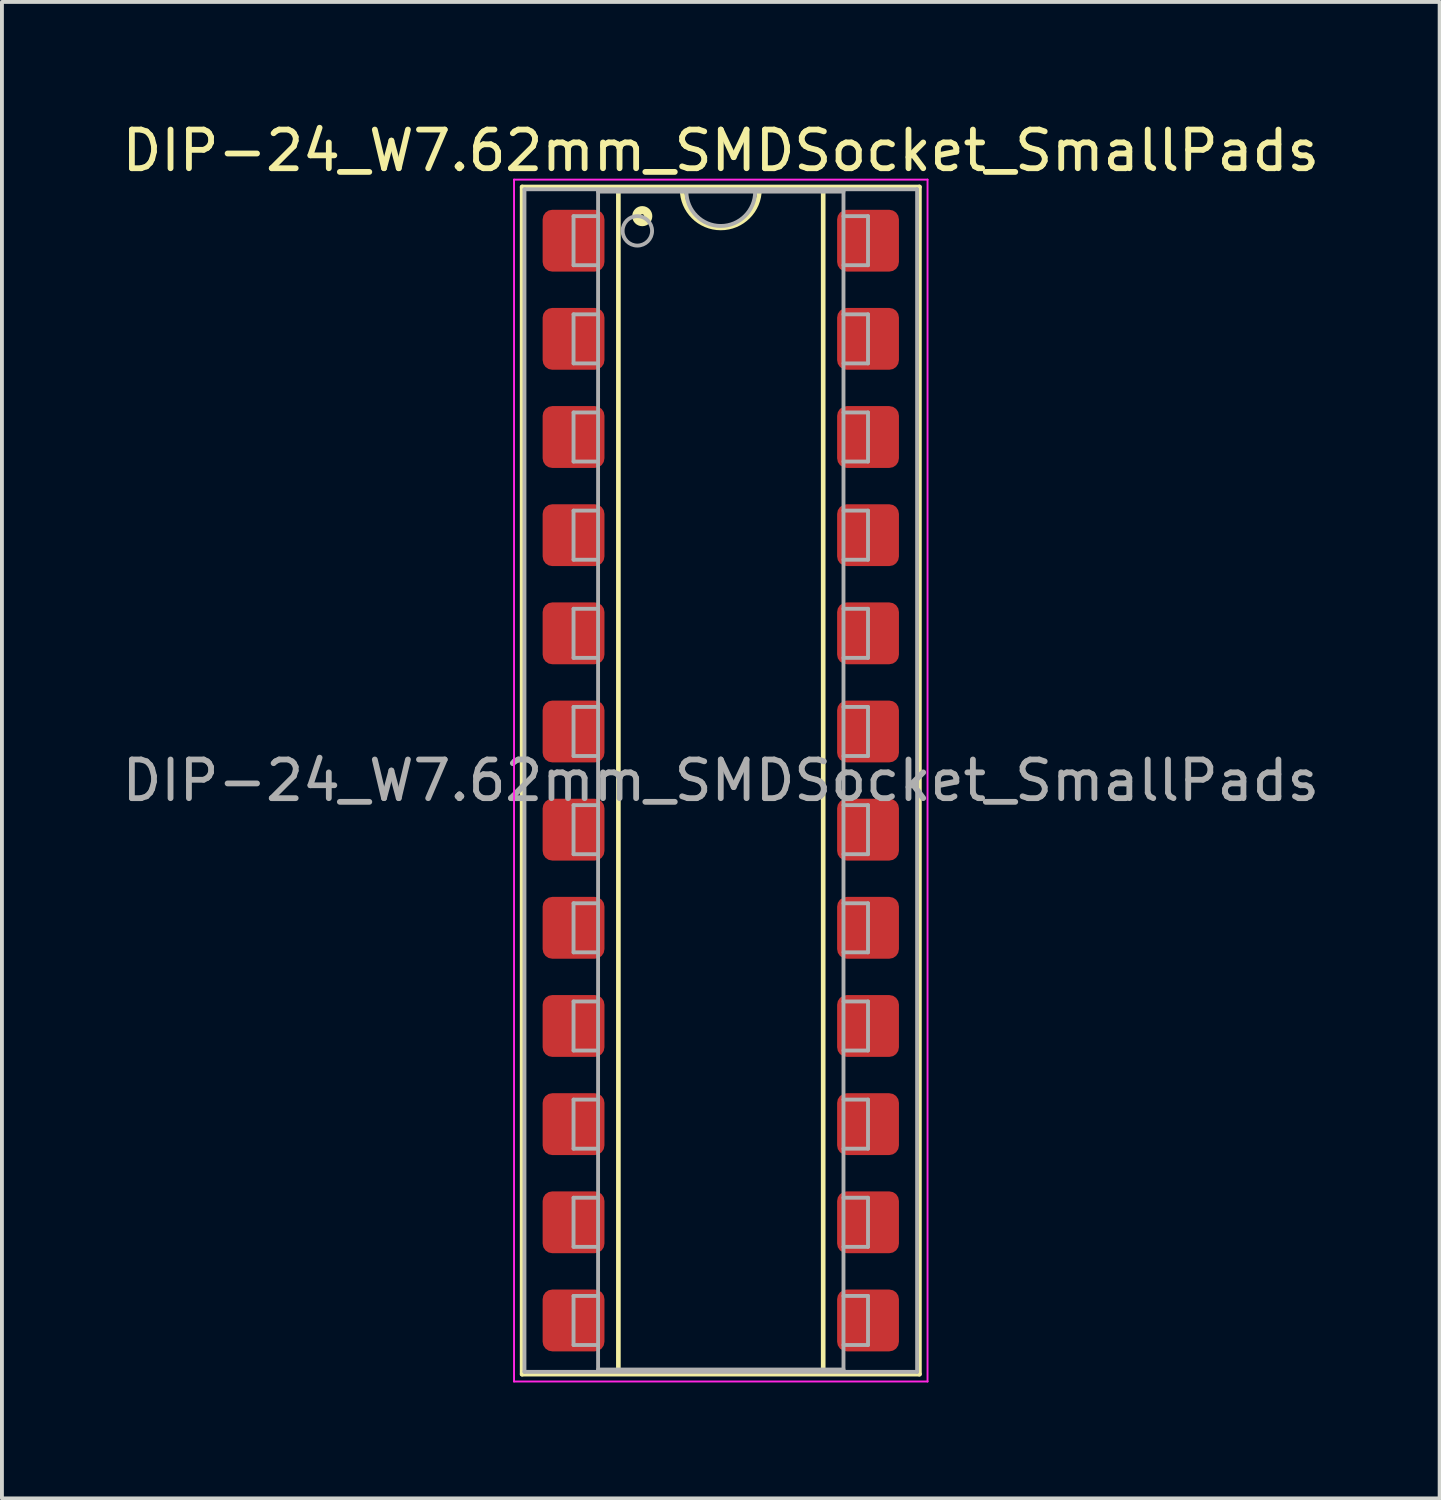
<source format=kicad_pcb>
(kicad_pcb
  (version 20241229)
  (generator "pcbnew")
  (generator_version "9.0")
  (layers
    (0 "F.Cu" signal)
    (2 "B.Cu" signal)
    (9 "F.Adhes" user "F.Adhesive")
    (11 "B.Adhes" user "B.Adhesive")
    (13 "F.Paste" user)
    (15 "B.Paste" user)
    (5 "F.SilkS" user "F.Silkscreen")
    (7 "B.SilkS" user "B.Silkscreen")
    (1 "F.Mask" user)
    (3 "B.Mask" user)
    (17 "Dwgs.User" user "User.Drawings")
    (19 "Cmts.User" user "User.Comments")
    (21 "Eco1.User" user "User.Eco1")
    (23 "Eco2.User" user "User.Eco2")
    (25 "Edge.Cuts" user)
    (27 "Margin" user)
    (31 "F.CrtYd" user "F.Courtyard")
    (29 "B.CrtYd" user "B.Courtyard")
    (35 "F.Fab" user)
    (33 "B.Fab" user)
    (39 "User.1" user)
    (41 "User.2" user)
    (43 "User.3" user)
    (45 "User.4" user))
  (footprint "DIP-24_W7.62mm_SMDSocket_SmallPads"
    (layer "F.Cu")
    (at 15.601 17.148)
    (property "Reference" "DIP-24_W7.62mm_SMDSocket_SmallPads" (at 0 -16.3 0) (layer "F.SilkS") (effects (font (size 1 1) (thickness 0.15))))
    (attr smd)
    (fp_line (start -5.14 -15.36) (end -5.14 15.36) (stroke (width 0.12) (type solid)) (layer "F.SilkS"))
    (fp_line (start -5.14 15.36) (end 5.14 15.36) (stroke (width 0.12) (type solid)) (layer "F.SilkS"))
    (fp_line (start -2.65 -15.3) (end -2.65 15.3) (stroke (width 0.12) (type solid)) (layer "F.SilkS"))
    (fp_line (start -2.65 15.3) (end 2.65 15.3) (stroke (width 0.12) (type solid)) (layer "F.SilkS"))
    (fp_line (start -1 -15.3) (end -2.65 -15.3) (stroke (width 0.12) (type solid)) (layer "F.SilkS"))
    (fp_line (start 2.65 -15.3) (end 1 -15.3) (stroke (width 0.12) (type solid)) (layer "F.SilkS"))
    (fp_line (start 2.65 15.3) (end 2.65 -15.3) (stroke (width 0.12) (type solid)) (layer "F.SilkS"))
    (fp_line (start 5.14 -15.36) (end -5.14 -15.36) (stroke (width 0.12) (type solid)) (layer "F.SilkS"))
    (fp_line (start 5.14 15.36) (end 5.14 -15.36) (stroke (width 0.12) (type solid)) (layer "F.SilkS"))
    (fp_arc (start 1 -15.3) (mid 0 -14.3) (end -1 -15.3) (stroke (width 0.12) (type solid)) (layer "F.SilkS"))
    (fp_circle (center -2.032 -14.605) (end -1.982 -14.605) (stroke (width 0.12) (type solid)) (fill no) (layer "F.SilkS"))
    (fp_circle (center -2.032 -14.605) (end -1.907 -14.605) (stroke (width 0.12) (type solid)) (fill no) (layer "F.SilkS"))
    (fp_circle (center -2.032 -14.605) (end -1.832 -14.605) (stroke (width 0.12) (type solid)) (fill no) (layer "F.SilkS"))
    (fp_line (start -5.35 -15.55) (end -5.35 15.55) (stroke (width 0.05) (type solid)) (layer "F.CrtYd"))
    (fp_line (start -5.35 15.55) (end 5.35 15.55) (stroke (width 0.05) (type solid)) (layer "F.CrtYd"))
    (fp_line (start 5.35 -15.55) (end -5.35 -15.55) (stroke (width 0.05) (type solid)) (layer "F.CrtYd"))
    (fp_line (start 5.35 15.55) (end 5.35 -15.55) (stroke (width 0.05) (type solid)) (layer "F.CrtYd"))
    (fp_line (start -5.08 -15.3) (end -5.08 15.3) (stroke (width 0.1) (type solid)) (layer "F.Fab"))
    (fp_line (start -5.08 15.3) (end 5.08 15.3) (stroke (width 0.1) (type solid)) (layer "F.Fab"))
    (fp_line (start -3.81 -14.605) (end -3.81 -13.335) (stroke (width 0.1) (type solid)) (layer "F.Fab"))
    (fp_line (start -3.81 -14.605) (end -3.175 -14.605) (stroke (width 0.1) (type solid)) (layer "F.Fab"))
    (fp_line (start -3.81 -13.335) (end -3.175 -13.335) (stroke (width 0.1) (type solid)) (layer "F.Fab"))
    (fp_line (start -3.81 -12.065) (end -3.81 -10.795) (stroke (width 0.1) (type solid)) (layer "F.Fab"))
    (fp_line (start -3.81 -12.065) (end -3.175 -12.065) (stroke (width 0.1) (type solid)) (layer "F.Fab"))
    (fp_line (start -3.81 -10.795) (end -3.175 -10.795) (stroke (width 0.1) (type solid)) (layer "F.Fab"))
    (fp_line (start -3.81 -9.525) (end -3.81 -8.255) (stroke (width 0.1) (type solid)) (layer "F.Fab"))
    (fp_line (start -3.81 -9.525) (end -3.175 -9.525) (stroke (width 0.1) (type solid)) (layer "F.Fab"))
    (fp_line (start -3.81 -8.255) (end -3.175 -8.255) (stroke (width 0.1) (type solid)) (layer "F.Fab"))
    (fp_line (start -3.81 -6.985) (end -3.81 -5.715) (stroke (width 0.1) (type solid)) (layer "F.Fab"))
    (fp_line (start -3.81 -6.985) (end -3.175 -6.985) (stroke (width 0.1) (type solid)) (layer "F.Fab"))
    (fp_line (start -3.81 -5.715) (end -3.175 -5.715) (stroke (width 0.1) (type solid)) (layer "F.Fab"))
    (fp_line (start -3.81 -4.445) (end -3.81 -3.175) (stroke (width 0.1) (type solid)) (layer "F.Fab"))
    (fp_line (start -3.81 -4.445) (end -3.175 -4.445) (stroke (width 0.1) (type solid)) (layer "F.Fab"))
    (fp_line (start -3.81 -3.175) (end -3.175 -3.175) (stroke (width 0.1) (type solid)) (layer "F.Fab"))
    (fp_line (start -3.81 -1.905) (end -3.81 -0.635) (stroke (width 0.1) (type solid)) (layer "F.Fab"))
    (fp_line (start -3.81 -1.905) (end -3.175 -1.905) (stroke (width 0.1) (type solid)) (layer "F.Fab"))
    (fp_line (start -3.81 -0.635) (end -3.175 -0.635) (stroke (width 0.1) (type solid)) (layer "F.Fab"))
    (fp_line (start -3.81 0.635) (end -3.81 1.905) (stroke (width 0.1) (type solid)) (layer "F.Fab"))
    (fp_line (start -3.81 0.635) (end -3.175 0.635) (stroke (width 0.1) (type solid)) (layer "F.Fab"))
    (fp_line (start -3.81 1.905) (end -3.175 1.905) (stroke (width 0.1) (type solid)) (layer "F.Fab"))
    (fp_line (start -3.81 3.175) (end -3.81 4.445) (stroke (width 0.1) (type solid)) (layer "F.Fab"))
    (fp_line (start -3.81 3.175) (end -3.175 3.175) (stroke (width 0.1) (type solid)) (layer "F.Fab"))
    (fp_line (start -3.81 4.445) (end -3.175 4.445) (stroke (width 0.1) (type solid)) (layer "F.Fab"))
    (fp_line (start -3.81 5.715) (end -3.81 6.985) (stroke (width 0.1) (type solid)) (layer "F.Fab"))
    (fp_line (start -3.81 5.715) (end -3.175 5.715) (stroke (width 0.1) (type solid)) (layer "F.Fab"))
    (fp_line (start -3.81 6.985) (end -3.175 6.985) (stroke (width 0.1) (type solid)) (layer "F.Fab"))
    (fp_line (start -3.81 8.255) (end -3.81 9.525) (stroke (width 0.1) (type solid)) (layer "F.Fab"))
    (fp_line (start -3.81 8.255) (end -3.175 8.255) (stroke (width 0.1) (type solid)) (layer "F.Fab"))
    (fp_line (start -3.81 9.525) (end -3.175 9.525) (stroke (width 0.1) (type solid)) (layer "F.Fab"))
    (fp_line (start -3.81 10.795) (end -3.81 12.065) (stroke (width 0.1) (type solid)) (layer "F.Fab"))
    (fp_line (start -3.81 10.795) (end -3.175 10.795) (stroke (width 0.1) (type solid)) (layer "F.Fab"))
    (fp_line (start -3.81 12.065) (end -3.175 12.065) (stroke (width 0.1) (type solid)) (layer "F.Fab"))
    (fp_line (start -3.81 13.335) (end -3.81 14.605) (stroke (width 0.1) (type solid)) (layer "F.Fab"))
    (fp_line (start -3.81 13.335) (end -3.175 13.335) (stroke (width 0.1) (type solid)) (layer "F.Fab"))
    (fp_line (start -3.81 14.605) (end -3.175 14.605) (stroke (width 0.1) (type solid)) (layer "F.Fab"))
    (fp_line (start -3.175 -15.24) (end 3.175 -15.24) (stroke (width 0.1) (type solid)) (layer "F.Fab"))
    (fp_line (start -3.175 15.24) (end -3.175 -15.24) (stroke (width 0.1) (type solid)) (layer "F.Fab"))
    (fp_line (start 3.175 -15.24) (end 3.175 15.24) (stroke (width 0.1) (type solid)) (layer "F.Fab"))
    (fp_line (start 3.175 15.24) (end -3.175 15.24) (stroke (width 0.1) (type solid)) (layer "F.Fab"))
    (fp_line (start 3.81 -14.605) (end 3.175 -14.605) (stroke (width 0.1) (type solid)) (layer "F.Fab"))
    (fp_line (start 3.81 -13.335) (end 3.175 -13.335) (stroke (width 0.1) (type solid)) (layer "F.Fab"))
    (fp_line (start 3.81 -13.335) (end 3.81 -14.605) (stroke (width 0.1) (type solid)) (layer "F.Fab"))
    (fp_line (start 3.81 -12.065) (end 3.175 -12.065) (stroke (width 0.1) (type solid)) (layer "F.Fab"))
    (fp_line (start 3.81 -10.795) (end 3.175 -10.795) (stroke (width 0.1) (type solid)) (layer "F.Fab"))
    (fp_line (start 3.81 -10.795) (end 3.81 -12.065) (stroke (width 0.1) (type solid)) (layer "F.Fab"))
    (fp_line (start 3.81 -9.525) (end 3.175 -9.525) (stroke (width 0.1) (type solid)) (layer "F.Fab"))
    (fp_line (start 3.81 -8.255) (end 3.175 -8.255) (stroke (width 0.1) (type solid)) (layer "F.Fab"))
    (fp_line (start 3.81 -8.255) (end 3.81 -9.525) (stroke (width 0.1) (type solid)) (layer "F.Fab"))
    (fp_line (start 3.81 -6.985) (end 3.175 -6.985) (stroke (width 0.1) (type solid)) (layer "F.Fab"))
    (fp_line (start 3.81 -5.715) (end 3.175 -5.715) (stroke (width 0.1) (type solid)) (layer "F.Fab"))
    (fp_line (start 3.81 -5.715) (end 3.81 -6.985) (stroke (width 0.1) (type solid)) (layer "F.Fab"))
    (fp_line (start 3.81 -4.445) (end 3.175 -4.445) (stroke (width 0.1) (type solid)) (layer "F.Fab"))
    (fp_line (start 3.81 -3.175) (end 3.175 -3.175) (stroke (width 0.1) (type solid)) (layer "F.Fab"))
    (fp_line (start 3.81 -3.175) (end 3.81 -4.445) (stroke (width 0.1) (type solid)) (layer "F.Fab"))
    (fp_line (start 3.81 -1.905) (end 3.175 -1.905) (stroke (width 0.1) (type solid)) (layer "F.Fab"))
    (fp_line (start 3.81 -0.635) (end 3.175 -0.635) (stroke (width 0.1) (type solid)) (layer "F.Fab"))
    (fp_line (start 3.81 -0.635) (end 3.81 -1.905) (stroke (width 0.1) (type solid)) (layer "F.Fab"))
    (fp_line (start 3.81 0.635) (end 3.175 0.635) (stroke (width 0.1) (type solid)) (layer "F.Fab"))
    (fp_line (start 3.81 1.905) (end 3.175 1.905) (stroke (width 0.1) (type solid)) (layer "F.Fab"))
    (fp_line (start 3.81 1.905) (end 3.81 0.635) (stroke (width 0.1) (type solid)) (layer "F.Fab"))
    (fp_line (start 3.81 3.175) (end 3.175 3.175) (stroke (width 0.1) (type solid)) (layer "F.Fab"))
    (fp_line (start 3.81 4.445) (end 3.175 4.445) (stroke (width 0.1) (type solid)) (layer "F.Fab"))
    (fp_line (start 3.81 4.445) (end 3.81 3.175) (stroke (width 0.1) (type solid)) (layer "F.Fab"))
    (fp_line (start 3.81 5.715) (end 3.175 5.715) (stroke (width 0.1) (type solid)) (layer "F.Fab"))
    (fp_line (start 3.81 6.985) (end 3.175 6.985) (stroke (width 0.1) (type solid)) (layer "F.Fab"))
    (fp_line (start 3.81 6.985) (end 3.81 5.715) (stroke (width 0.1) (type solid)) (layer "F.Fab"))
    (fp_line (start 3.81 8.255) (end 3.175 8.255) (stroke (width 0.1) (type solid)) (layer "F.Fab"))
    (fp_line (start 3.81 9.525) (end 3.175 9.525) (stroke (width 0.1) (type solid)) (layer "F.Fab"))
    (fp_line (start 3.81 9.525) (end 3.81 8.255) (stroke (width 0.1) (type solid)) (layer "F.Fab"))
    (fp_line (start 3.81 10.795) (end 3.175 10.795) (stroke (width 0.1) (type solid)) (layer "F.Fab"))
    (fp_line (start 3.81 12.065) (end 3.175 12.065) (stroke (width 0.1) (type solid)) (layer "F.Fab"))
    (fp_line (start 3.81 12.065) (end 3.81 10.795) (stroke (width 0.1) (type solid)) (layer "F.Fab"))
    (fp_line (start 3.81 13.335) (end 3.175 13.335) (stroke (width 0.1) (type solid)) (layer "F.Fab"))
    (fp_line (start 3.81 14.605) (end 3.175 14.605) (stroke (width 0.1) (type solid)) (layer "F.Fab"))
    (fp_line (start 3.81 14.605) (end 3.81 13.335) (stroke (width 0.1) (type solid)) (layer "F.Fab"))
    (fp_line (start 5.08 -15.3) (end -5.08 -15.3) (stroke (width 0.1) (type solid)) (layer "F.Fab"))
    (fp_line (start 5.08 15.3) (end 5.08 -15.3) (stroke (width 0.1) (type solid)) (layer "F.Fab"))
    (fp_arc (start 0.889 -15.24) (mid 0 -14.351) (end -0.889 -15.24) (stroke (width 0.1) (type solid)) (layer "F.Fab"))
    (fp_circle (center -2.159 -14.224) (end -1.778 -14.224) (stroke (width 0.1) (type solid)) (fill no) (layer "F.Fab"))
    (fp_text user "${REFERENCE}" (at 0 0 0) (layer "F.Fab") (effects (font (size 1 1) (thickness 0.15))))
    (pad "1" smd roundrect (at -3.81 -13.97) (size 1.6 1.6) (layers "F.Cu" "F.Mask" "F.Paste") (roundrect_rratio 0.156))
    (pad "2" smd roundrect (at -3.81 -11.43) (size 1.6 1.6) (layers "F.Cu" "F.Mask" "F.Paste") (roundrect_rratio 0.156))
    (pad "3" smd roundrect (at -3.81 -8.89) (size 1.6 1.6) (layers "F.Cu" "F.Mask" "F.Paste") (roundrect_rratio 0.156))
    (pad "4" smd roundrect (at -3.81 -6.35) (size 1.6 1.6) (layers "F.Cu" "F.Mask" "F.Paste") (roundrect_rratio 0.156))
    (pad "5" smd roundrect (at -3.81 -3.81) (size 1.6 1.6) (layers "F.Cu" "F.Mask" "F.Paste") (roundrect_rratio 0.156))
    (pad "6" smd roundrect (at -3.81 -1.27) (size 1.6 1.6) (layers "F.Cu" "F.Mask" "F.Paste") (roundrect_rratio 0.156))
    (pad "7" smd roundrect (at -3.81 1.27) (size 1.6 1.6) (layers "F.Cu" "F.Mask" "F.Paste") (roundrect_rratio 0.156))
    (pad "8" smd roundrect (at -3.81 3.81) (size 1.6 1.6) (layers "F.Cu" "F.Mask" "F.Paste") (roundrect_rratio 0.156))
    (pad "9" smd roundrect (at -3.81 6.35) (size 1.6 1.6) (layers "F.Cu" "F.Mask" "F.Paste") (roundrect_rratio 0.156))
    (pad "10" smd roundrect (at -3.81 8.89) (size 1.6 1.6) (layers "F.Cu" "F.Mask" "F.Paste") (roundrect_rratio 0.156))
    (pad "11" smd roundrect (at -3.81 11.43) (size 1.6 1.6) (layers "F.Cu" "F.Mask" "F.Paste") (roundrect_rratio 0.156))
    (pad "12" smd roundrect (at -3.81 13.97) (size 1.6 1.6) (layers "F.Cu" "F.Mask" "F.Paste") (roundrect_rratio 0.156))
    (pad "13" smd roundrect (at 3.81 13.97) (size 1.6 1.6) (layers "F.Cu" "F.Mask" "F.Paste") (roundrect_rratio 0.156))
    (pad "14" smd roundrect (at 3.81 11.43) (size 1.6 1.6) (layers "F.Cu" "F.Mask" "F.Paste") (roundrect_rratio 0.156))
    (pad "15" smd roundrect (at 3.81 8.89) (size 1.6 1.6) (layers "F.Cu" "F.Mask" "F.Paste") (roundrect_rratio 0.156))
    (pad "16" smd roundrect (at 3.81 6.35) (size 1.6 1.6) (layers "F.Cu" "F.Mask" "F.Paste") (roundrect_rratio 0.156))
    (pad "17" smd roundrect (at 3.81 3.81) (size 1.6 1.6) (layers "F.Cu" "F.Mask" "F.Paste") (roundrect_rratio 0.156))
    (pad "18" smd roundrect (at 3.81 1.27) (size 1.6 1.6) (layers "F.Cu" "F.Mask" "F.Paste") (roundrect_rratio 0.156))
    (pad "19" smd roundrect (at 3.81 -1.27) (size 1.6 1.6) (layers "F.Cu" "F.Mask" "F.Paste") (roundrect_rratio 0.156))
    (pad "20" smd roundrect (at 3.81 -3.81) (size 1.6 1.6) (layers "F.Cu" "F.Mask" "F.Paste") (roundrect_rratio 0.156))
    (pad "21" smd roundrect (at 3.81 -6.35) (size 1.6 1.6) (layers "F.Cu" "F.Mask" "F.Paste") (roundrect_rratio 0.156))
    (pad "22" smd roundrect (at 3.81 -8.89) (size 1.6 1.6) (layers "F.Cu" "F.Mask" "F.Paste") (roundrect_rratio 0.156))
    (pad "23" smd roundrect (at 3.81 -11.43) (size 1.6 1.6) (layers "F.Cu" "F.Mask" "F.Paste") (roundrect_rratio 0.156))
    (pad "24" smd roundrect (at 3.81 -13.97) (size 1.6 1.6) (layers "F.Cu" "F.Mask" "F.Paste") (roundrect_rratio 0.156)))
  (gr_rect
    (start -3 -3)
    (end 34.202 35.723)
    (stroke (width 0.1) (type default))
    (fill no)
    (layer "Edge.Cuts")))
</source>
